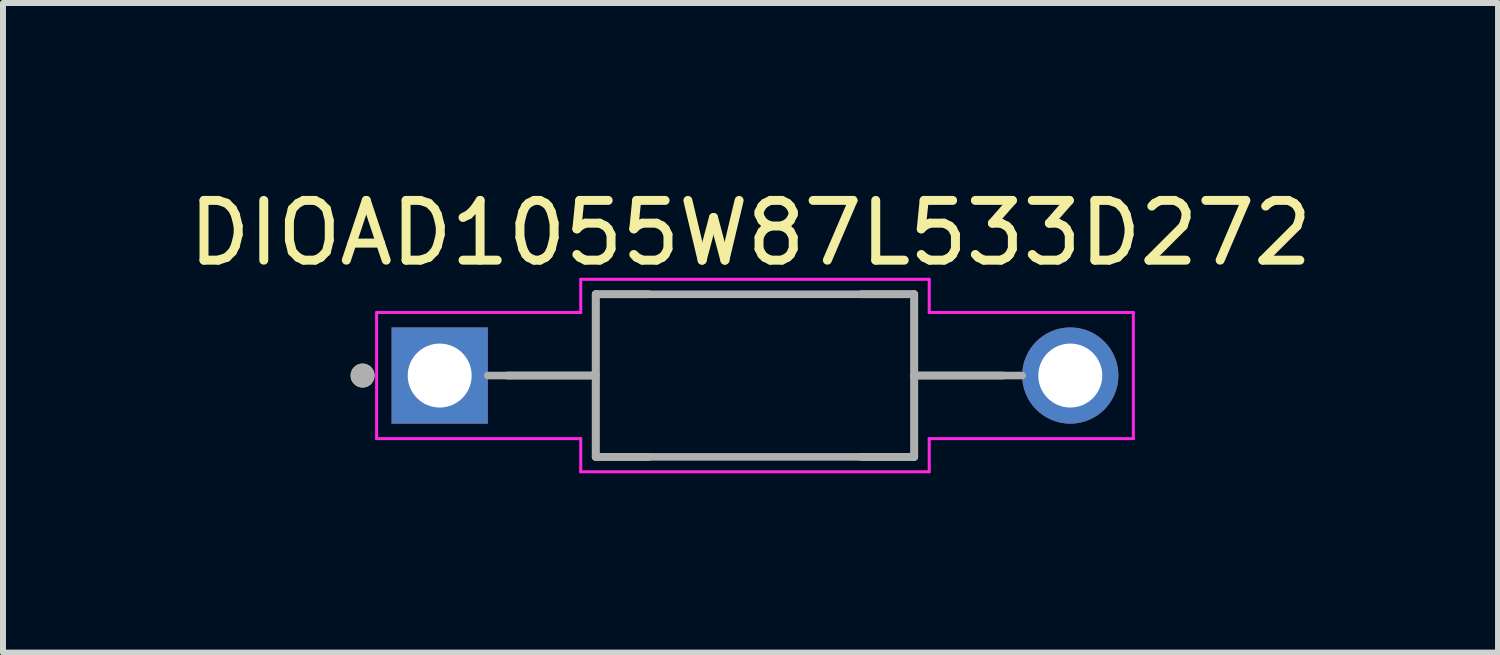
<source format=kicad_pcb>
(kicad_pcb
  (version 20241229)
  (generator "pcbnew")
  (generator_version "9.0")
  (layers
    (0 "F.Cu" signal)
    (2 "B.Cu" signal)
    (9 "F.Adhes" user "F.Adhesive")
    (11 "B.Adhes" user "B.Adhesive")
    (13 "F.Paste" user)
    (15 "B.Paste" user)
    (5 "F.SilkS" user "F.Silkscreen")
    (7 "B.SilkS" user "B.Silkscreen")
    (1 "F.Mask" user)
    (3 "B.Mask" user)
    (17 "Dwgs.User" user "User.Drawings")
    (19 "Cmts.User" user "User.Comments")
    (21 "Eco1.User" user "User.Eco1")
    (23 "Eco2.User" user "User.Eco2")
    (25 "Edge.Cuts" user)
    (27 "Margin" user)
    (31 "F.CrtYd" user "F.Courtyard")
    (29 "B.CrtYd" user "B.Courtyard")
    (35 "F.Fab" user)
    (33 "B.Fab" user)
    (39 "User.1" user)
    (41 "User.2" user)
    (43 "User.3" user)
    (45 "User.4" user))
  (footprint "DIOAD1055W87L533D272"
    (layer "F.Cu")
    (at 9.581 3.233)
    (property "Reference" "DIOAD1055W87L533D272" (at -0.075 -2.385 0) (layer "F.SilkS") (effects (font (size 1 1) (thickness 0.15))))
    (attr through_hole)
    (fp_line (start -2.7 0) (end -4.15 0) (stroke (width 0.127) (type solid)) (layer "F.SilkS"))
    (fp_line (start -2.665 -1.36) (end -2.665 1.36) (stroke (width 0.127) (type solid)) (layer "F.SilkS"))
    (fp_line (start -2.665 1.36) (end -1.78 1.36) (stroke (width 0.127) (type solid)) (layer "F.SilkS"))
    (fp_line (start -1.78 -1.36) (end -2.665 -1.36) (stroke (width 0.127) (type solid)) (layer "F.SilkS"))
    (fp_line (start 1.78 -1.36) (end 2.665 -1.36) (stroke (width 0.127) (type solid)) (layer "F.SilkS"))
    (fp_line (start 2.665 -1.36) (end 2.665 0) (stroke (width 0.127) (type solid)) (layer "F.SilkS"))
    (fp_line (start 2.665 0) (end 2.665 1.36) (stroke (width 0.127) (type solid)) (layer "F.SilkS"))
    (fp_line (start 2.665 0) (end 4.15 0) (stroke (width 0.127) (type solid)) (layer "F.SilkS"))
    (fp_line (start 2.665 1.36) (end 1.78 1.36) (stroke (width 0.127) (type solid)) (layer "F.SilkS"))
    (fp_circle (center -6.565 0) (end -6.465 0) (stroke (width 0.2) (type solid)) (fill no) (layer "F.SilkS"))
    (fp_line (start -6.33 -1.055) (end -2.915 -1.055) (stroke (width 0.05) (type solid)) (layer "F.CrtYd"))
    (fp_line (start -6.33 1.055) (end -6.33 -1.055) (stroke (width 0.05) (type solid)) (layer "F.CrtYd"))
    (fp_line (start -2.915 -1.61) (end 2.915 -1.61) (stroke (width 0.05) (type solid)) (layer "F.CrtYd"))
    (fp_line (start -2.915 -1.055) (end -2.915 -1.61) (stroke (width 0.05) (type solid)) (layer "F.CrtYd"))
    (fp_line (start -2.915 1.055) (end -6.33 1.055) (stroke (width 0.05) (type solid)) (layer "F.CrtYd"))
    (fp_line (start -2.915 1.61) (end -2.915 1.055) (stroke (width 0.05) (type solid)) (layer "F.CrtYd"))
    (fp_line (start 2.915 -1.61) (end 2.915 -1.055) (stroke (width 0.05) (type solid)) (layer "F.CrtYd"))
    (fp_line (start 2.915 -1.055) (end 6.33 -1.055) (stroke (width 0.05) (type solid)) (layer "F.CrtYd"))
    (fp_line (start 2.915 1.055) (end 2.915 1.61) (stroke (width 0.05) (type solid)) (layer "F.CrtYd"))
    (fp_line (start 2.915 1.61) (end -2.915 1.61) (stroke (width 0.05) (type solid)) (layer "F.CrtYd"))
    (fp_line (start 6.33 -1.055) (end 6.33 1.055) (stroke (width 0.05) (type solid)) (layer "F.CrtYd"))
    (fp_line (start 6.33 1.055) (end 2.915 1.055) (stroke (width 0.05) (type solid)) (layer "F.CrtYd"))
    (fp_line (start -2.665 -1.36) (end 2.665 -1.36) (stroke (width 0.127) (type solid)) (layer "F.Fab"))
    (fp_line (start -2.665 0) (end -4.47 0) (stroke (width 0.127) (type solid)) (layer "F.Fab"))
    (fp_line (start -2.665 0) (end -2.665 -1.36) (stroke (width 0.127) (type solid)) (layer "F.Fab"))
    (fp_line (start -2.665 1.36) (end -2.665 0) (stroke (width 0.127) (type solid)) (layer "F.Fab"))
    (fp_line (start 2.665 -1.36) (end 2.665 0) (stroke (width 0.127) (type solid)) (layer "F.Fab"))
    (fp_line (start 2.665 0) (end 2.665 1.36) (stroke (width 0.127) (type solid)) (layer "F.Fab"))
    (fp_line (start 2.665 0) (end 4.47 0) (stroke (width 0.127) (type solid)) (layer "F.Fab"))
    (fp_line (start 2.665 1.36) (end -2.665 1.36) (stroke (width 0.127) (type solid)) (layer "F.Fab"))
    (fp_circle (center -6.565 0) (end -6.465 0) (stroke (width 0.2) (type solid)) (fill no) (layer "F.Fab"))
    (pad "A" thru_hole circle (at 5.275 0) (size 1.61 1.61) (drill 1.07) (layers "*.Cu" "*.Mask"))
    (pad "C" thru_hole rect (at -5.275 0) (size 1.61 1.61) (drill 1.07) (layers "*.Cu" "*.Mask")))
  (gr_rect
    (start -3 -3)
    (end 22.012 7.868)
    (stroke (width 0.1) (type default))
    (fill no)
    (layer "Edge.Cuts")))
</source>
